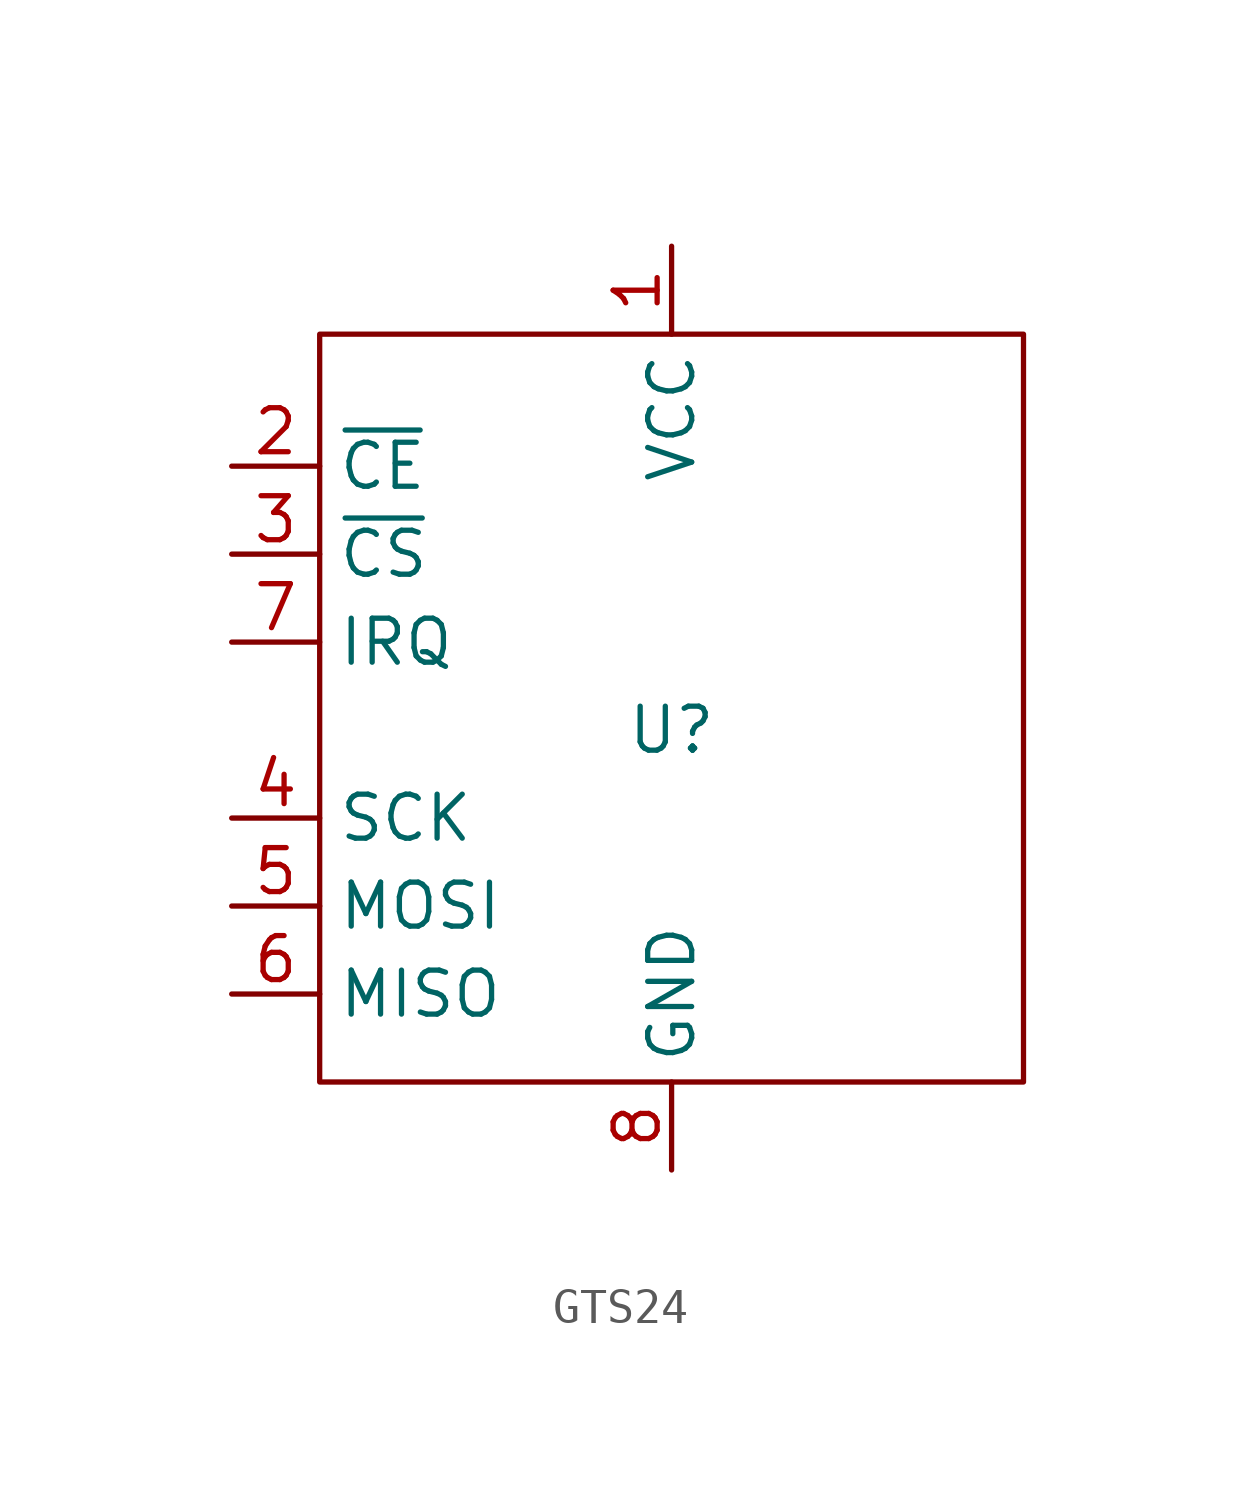
<source format=kicad_sym>
(kicad_symbol_lib
  (version 20220914)
  (generator kicad_symbol_editor)
  (symbol "GTS24"
    (property "Reference" "U"
      (at 0 0 0)
      (effects (font (size 1.27 1.27))))
    (property "Value" ""
      (at 0 1.27 0)
      (effects (font (size 1.27 1.27))))
    (symbol "GTS24_0_1"
      (rectangle (start -10.16 11.43) (end 10.16 -10.16) (stroke (width 0) (type default)) (fill (type none))))
    (symbol "GTS24_1_1"
      (pin power_in line (at 0 13.97 270) (length 2.54) (name "VCC" (effects (font (size 1.27 1.27)))) (number "1" (effects (font (size 1.27 1.27)))))
      (pin input line (at -12.7 7.62 0) (length 2.54) (name "~{CE}" (effects (font (size 1.27 1.27)))) (number "2" (effects (font (size 1.27 1.27)))))
      (pin input line (at -12.7 5.08 0) (length 2.54) (name "~{CS}" (effects (font (size 1.27 1.27)))) (number "3" (effects (font (size 1.27 1.27)))))
      (pin input line (at -12.7 -2.54 0) (length 2.54) (name "SCK" (effects (font (size 1.27 1.27)))) (number "4" (effects (font (size 1.27 1.27)))))
      (pin input line (at -12.7 -5.08 0) (length 2.54) (name "MOSI" (effects (font (size 1.27 1.27)))) (number "5" (effects (font (size 1.27 1.27)))))
      (pin output line (at -12.7 -7.62 0) (length 2.54) (name "MISO" (effects (font (size 1.27 1.27)))) (number "6" (effects (font (size 1.27 1.27)))))
      (pin output line (at -12.7 2.54 0) (length 2.54) (name "IRQ" (effects (font (size 1.27 1.27)))) (number "7" (effects (font (size 1.27 1.27)))))
      (pin power_out line (at 0 -12.7 90) (length 2.54) (name "GND" (effects (font (size 1.27 1.27)))) (number "8" (effects (font (size 1.27 1.27))))))))
</source>
